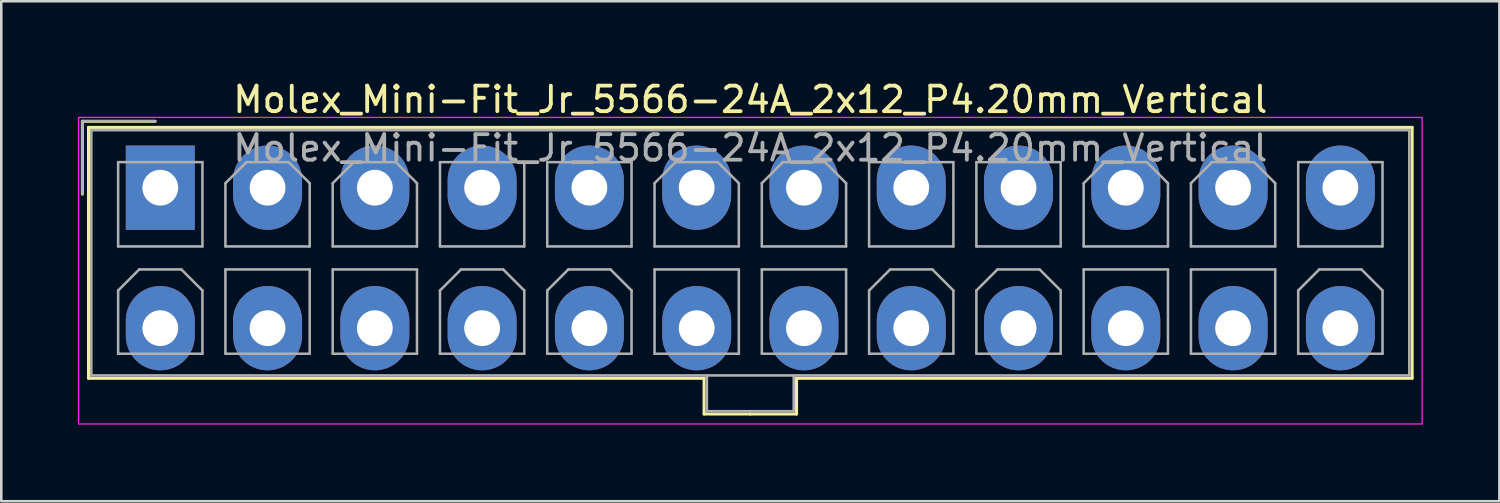
<source format=kicad_pcb>
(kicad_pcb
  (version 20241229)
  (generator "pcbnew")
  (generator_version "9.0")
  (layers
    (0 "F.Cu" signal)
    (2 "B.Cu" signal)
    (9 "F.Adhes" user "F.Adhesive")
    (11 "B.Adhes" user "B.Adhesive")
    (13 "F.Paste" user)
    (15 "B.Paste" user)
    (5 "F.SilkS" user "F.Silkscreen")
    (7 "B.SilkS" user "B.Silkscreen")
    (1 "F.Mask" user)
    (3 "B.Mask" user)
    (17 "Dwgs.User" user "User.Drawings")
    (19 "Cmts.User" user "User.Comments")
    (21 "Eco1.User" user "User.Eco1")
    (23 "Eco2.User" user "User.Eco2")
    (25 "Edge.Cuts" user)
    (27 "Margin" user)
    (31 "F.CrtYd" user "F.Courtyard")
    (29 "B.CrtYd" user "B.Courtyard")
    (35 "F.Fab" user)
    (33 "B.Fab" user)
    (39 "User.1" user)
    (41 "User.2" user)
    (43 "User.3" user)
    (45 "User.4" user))
  (footprint "Molex_Mini-Fit_Jr_5566-24A_2x12_P4.20mm_Vertical"
    (layer "F.Cu")
    (at 3.225 4.298)
    (property "Reference" "Molex_Mini-Fit_Jr_5566-24A_2x12_P4.20mm_Vertical" (at 23.1 -3.45 0) (layer "F.SilkS") (effects (font (size 1 1) (thickness 0.15))))
    (attr through_hole)
    (fp_line (start -3.05 -2.6) (end -3.05 0.25) (stroke (width 0.12) (type solid)) (layer "F.SilkS"))
    (fp_line (start -2.81 -2.36) (end -2.81 7.46) (stroke (width 0.12) (type solid)) (layer "F.SilkS"))
    (fp_line (start -2.81 7.46) (end 21.29 7.46) (stroke (width 0.12) (type solid)) (layer "F.SilkS"))
    (fp_line (start -0.2 -2.6) (end -3.05 -2.6) (stroke (width 0.12) (type solid)) (layer "F.SilkS"))
    (fp_line (start 21.29 7.46) (end 21.29 8.86) (stroke (width 0.12) (type solid)) (layer "F.SilkS"))
    (fp_line (start 21.29 8.86) (end 23.1 8.86) (stroke (width 0.12) (type solid)) (layer "F.SilkS"))
    (fp_line (start 23.1 -2.36) (end -2.81 -2.36) (stroke (width 0.12) (type solid)) (layer "F.SilkS"))
    (fp_line (start 23.1 -2.36) (end 49.01 -2.36) (stroke (width 0.12) (type solid)) (layer "F.SilkS"))
    (fp_line (start 24.91 7.46) (end 24.91 8.86) (stroke (width 0.12) (type solid)) (layer "F.SilkS"))
    (fp_line (start 24.91 8.86) (end 23.1 8.86) (stroke (width 0.12) (type solid)) (layer "F.SilkS"))
    (fp_line (start 49.01 -2.36) (end 49.01 7.46) (stroke (width 0.12) (type solid)) (layer "F.SilkS"))
    (fp_line (start 49.01 7.46) (end 24.91 7.46) (stroke (width 0.12) (type solid)) (layer "F.SilkS"))
    (fp_line (start -3.2 -2.75) (end -3.2 9.25) (stroke (width 0.05) (type solid)) (layer "F.CrtYd"))
    (fp_line (start -3.2 9.25) (end 49.4 9.25) (stroke (width 0.05) (type solid)) (layer "F.CrtYd"))
    (fp_line (start 49.4 -2.75) (end -3.2 -2.75) (stroke (width 0.05) (type solid)) (layer "F.CrtYd"))
    (fp_line (start 49.4 9.25) (end 49.4 -2.75) (stroke (width 0.05) (type solid)) (layer "F.CrtYd"))
    (fp_line (start -3.05 -2.6) (end -3.05 0.25) (stroke (width 0.1) (type solid)) (layer "F.Fab"))
    (fp_line (start -2.7 -2.25) (end -2.7 7.35) (stroke (width 0.1) (type solid)) (layer "F.Fab"))
    (fp_line (start -2.7 7.35) (end 48.9 7.35) (stroke (width 0.1) (type solid)) (layer "F.Fab"))
    (fp_line (start -1.65 -1) (end -1.65 2.3) (stroke (width 0.1) (type solid)) (layer "F.Fab"))
    (fp_line (start -1.65 2.3) (end 1.65 2.3) (stroke (width 0.1) (type solid)) (layer "F.Fab"))
    (fp_line (start -1.65 4.025) (end -0.825 3.2) (stroke (width 0.1) (type solid)) (layer "F.Fab"))
    (fp_line (start -1.65 6.5) (end -1.65 4.025) (stroke (width 0.1) (type solid)) (layer "F.Fab"))
    (fp_line (start -0.825 3.2) (end 0.825 3.2) (stroke (width 0.1) (type solid)) (layer "F.Fab"))
    (fp_line (start -0.2 -2.6) (end -3.05 -2.6) (stroke (width 0.1) (type solid)) (layer "F.Fab"))
    (fp_line (start 0.825 3.2) (end 1.65 4.025) (stroke (width 0.1) (type solid)) (layer "F.Fab"))
    (fp_line (start 1.65 -1) (end -1.65 -1) (stroke (width 0.1) (type solid)) (layer "F.Fab"))
    (fp_line (start 1.65 2.3) (end 1.65 -1) (stroke (width 0.1) (type solid)) (layer "F.Fab"))
    (fp_line (start 1.65 4.025) (end 1.65 6.5) (stroke (width 0.1) (type solid)) (layer "F.Fab"))
    (fp_line (start 1.65 6.5) (end -1.65 6.5) (stroke (width 0.1) (type solid)) (layer "F.Fab"))
    (fp_line (start 2.55 -0.175) (end 3.375 -1) (stroke (width 0.1) (type solid)) (layer "F.Fab"))
    (fp_line (start 2.55 2.3) (end 2.55 -0.175) (stroke (width 0.1) (type solid)) (layer "F.Fab"))
    (fp_line (start 2.55 3.2) (end 2.55 6.5) (stroke (width 0.1) (type solid)) (layer "F.Fab"))
    (fp_line (start 2.55 6.5) (end 5.85 6.5) (stroke (width 0.1) (type solid)) (layer "F.Fab"))
    (fp_line (start 3.375 -1) (end 5.025 -1) (stroke (width 0.1) (type solid)) (layer "F.Fab"))
    (fp_line (start 5.025 -1) (end 5.85 -0.175) (stroke (width 0.1) (type solid)) (layer "F.Fab"))
    (fp_line (start 5.85 -0.175) (end 5.85 2.3) (stroke (width 0.1) (type solid)) (layer "F.Fab"))
    (fp_line (start 5.85 2.3) (end 2.55 2.3) (stroke (width 0.1) (type solid)) (layer "F.Fab"))
    (fp_line (start 5.85 3.2) (end 2.55 3.2) (stroke (width 0.1) (type solid)) (layer "F.Fab"))
    (fp_line (start 5.85 6.5) (end 5.85 3.2) (stroke (width 0.1) (type solid)) (layer "F.Fab"))
    (fp_line (start 6.75 -0.175) (end 7.575 -1) (stroke (width 0.1) (type solid)) (layer "F.Fab"))
    (fp_line (start 6.75 2.3) (end 6.75 -0.175) (stroke (width 0.1) (type solid)) (layer "F.Fab"))
    (fp_line (start 6.75 3.2) (end 6.75 6.5) (stroke (width 0.1) (type solid)) (layer "F.Fab"))
    (fp_line (start 6.75 6.5) (end 10.05 6.5) (stroke (width 0.1) (type solid)) (layer "F.Fab"))
    (fp_line (start 7.575 -1) (end 9.225 -1) (stroke (width 0.1) (type solid)) (layer "F.Fab"))
    (fp_line (start 9.225 -1) (end 10.05 -0.175) (stroke (width 0.1) (type solid)) (layer "F.Fab"))
    (fp_line (start 10.05 -0.175) (end 10.05 2.3) (stroke (width 0.1) (type solid)) (layer "F.Fab"))
    (fp_line (start 10.05 2.3) (end 6.75 2.3) (stroke (width 0.1) (type solid)) (layer "F.Fab"))
    (fp_line (start 10.05 3.2) (end 6.75 3.2) (stroke (width 0.1) (type solid)) (layer "F.Fab"))
    (fp_line (start 10.05 6.5) (end 10.05 3.2) (stroke (width 0.1) (type solid)) (layer "F.Fab"))
    (fp_line (start 10.95 -1) (end 10.95 2.3) (stroke (width 0.1) (type solid)) (layer "F.Fab"))
    (fp_line (start 10.95 2.3) (end 14.25 2.3) (stroke (width 0.1) (type solid)) (layer "F.Fab"))
    (fp_line (start 10.95 4.025) (end 11.775 3.2) (stroke (width 0.1) (type solid)) (layer "F.Fab"))
    (fp_line (start 10.95 6.5) (end 10.95 4.025) (stroke (width 0.1) (type solid)) (layer "F.Fab"))
    (fp_line (start 11.775 3.2) (end 13.425 3.2) (stroke (width 0.1) (type solid)) (layer "F.Fab"))
    (fp_line (start 13.425 3.2) (end 14.25 4.025) (stroke (width 0.1) (type solid)) (layer "F.Fab"))
    (fp_line (start 14.25 -1) (end 10.95 -1) (stroke (width 0.1) (type solid)) (layer "F.Fab"))
    (fp_line (start 14.25 2.3) (end 14.25 -1) (stroke (width 0.1) (type solid)) (layer "F.Fab"))
    (fp_line (start 14.25 4.025) (end 14.25 6.5) (stroke (width 0.1) (type solid)) (layer "F.Fab"))
    (fp_line (start 14.25 6.5) (end 10.95 6.5) (stroke (width 0.1) (type solid)) (layer "F.Fab"))
    (fp_line (start 15.15 -1) (end 15.15 2.3) (stroke (width 0.1) (type solid)) (layer "F.Fab"))
    (fp_line (start 15.15 2.3) (end 18.45 2.3) (stroke (width 0.1) (type solid)) (layer "F.Fab"))
    (fp_line (start 15.15 4.025) (end 15.975 3.2) (stroke (width 0.1) (type solid)) (layer "F.Fab"))
    (fp_line (start 15.15 6.5) (end 15.15 4.025) (stroke (width 0.1) (type solid)) (layer "F.Fab"))
    (fp_line (start 15.975 3.2) (end 17.625 3.2) (stroke (width 0.1) (type solid)) (layer "F.Fab"))
    (fp_line (start 17.625 3.2) (end 18.45 4.025) (stroke (width 0.1) (type solid)) (layer "F.Fab"))
    (fp_line (start 18.45 -1) (end 15.15 -1) (stroke (width 0.1) (type solid)) (layer "F.Fab"))
    (fp_line (start 18.45 2.3) (end 18.45 -1) (stroke (width 0.1) (type solid)) (layer "F.Fab"))
    (fp_line (start 18.45 4.025) (end 18.45 6.5) (stroke (width 0.1) (type solid)) (layer "F.Fab"))
    (fp_line (start 18.45 6.5) (end 15.15 6.5) (stroke (width 0.1) (type solid)) (layer "F.Fab"))
    (fp_line (start 19.35 -0.175) (end 20.175 -1) (stroke (width 0.1) (type solid)) (layer "F.Fab"))
    (fp_line (start 19.35 2.3) (end 19.35 -0.175) (stroke (width 0.1) (type solid)) (layer "F.Fab"))
    (fp_line (start 19.35 3.2) (end 19.35 6.5) (stroke (width 0.1) (type solid)) (layer "F.Fab"))
    (fp_line (start 19.35 6.5) (end 22.65 6.5) (stroke (width 0.1) (type solid)) (layer "F.Fab"))
    (fp_line (start 20.175 -1) (end 21.825 -1) (stroke (width 0.1) (type solid)) (layer "F.Fab"))
    (fp_line (start 21.4 7.35) (end 21.4 8.75) (stroke (width 0.1) (type solid)) (layer "F.Fab"))
    (fp_line (start 21.4 8.75) (end 24.8 8.75) (stroke (width 0.1) (type solid)) (layer "F.Fab"))
    (fp_line (start 21.825 -1) (end 22.65 -0.175) (stroke (width 0.1) (type solid)) (layer "F.Fab"))
    (fp_line (start 22.65 -0.175) (end 22.65 2.3) (stroke (width 0.1) (type solid)) (layer "F.Fab"))
    (fp_line (start 22.65 2.3) (end 19.35 2.3) (stroke (width 0.1) (type solid)) (layer "F.Fab"))
    (fp_line (start 22.65 3.2) (end 19.35 3.2) (stroke (width 0.1) (type solid)) (layer "F.Fab"))
    (fp_line (start 22.65 6.5) (end 22.65 3.2) (stroke (width 0.1) (type solid)) (layer "F.Fab"))
    (fp_line (start 23.55 -0.175) (end 24.375 -1) (stroke (width 0.1) (type solid)) (layer "F.Fab"))
    (fp_line (start 23.55 2.3) (end 23.55 -0.175) (stroke (width 0.1) (type solid)) (layer "F.Fab"))
    (fp_line (start 23.55 3.2) (end 23.55 6.5) (stroke (width 0.1) (type solid)) (layer "F.Fab"))
    (fp_line (start 23.55 6.5) (end 26.85 6.5) (stroke (width 0.1) (type solid)) (layer "F.Fab"))
    (fp_line (start 24.375 -1) (end 26.025 -1) (stroke (width 0.1) (type solid)) (layer "F.Fab"))
    (fp_line (start 24.8 8.75) (end 24.8 7.35) (stroke (width 0.1) (type solid)) (layer "F.Fab"))
    (fp_line (start 26.025 -1) (end 26.85 -0.175) (stroke (width 0.1) (type solid)) (layer "F.Fab"))
    (fp_line (start 26.85 -0.175) (end 26.85 2.3) (stroke (width 0.1) (type solid)) (layer "F.Fab"))
    (fp_line (start 26.85 2.3) (end 23.55 2.3) (stroke (width 0.1) (type solid)) (layer "F.Fab"))
    (fp_line (start 26.85 3.2) (end 23.55 3.2) (stroke (width 0.1) (type solid)) (layer "F.Fab"))
    (fp_line (start 26.85 6.5) (end 26.85 3.2) (stroke (width 0.1) (type solid)) (layer "F.Fab"))
    (fp_line (start 27.75 -1) (end 27.75 2.3) (stroke (width 0.1) (type solid)) (layer "F.Fab"))
    (fp_line (start 27.75 2.3) (end 31.05 2.3) (stroke (width 0.1) (type solid)) (layer "F.Fab"))
    (fp_line (start 27.75 4.025) (end 28.575 3.2) (stroke (width 0.1) (type solid)) (layer "F.Fab"))
    (fp_line (start 27.75 6.5) (end 27.75 4.025) (stroke (width 0.1) (type solid)) (layer "F.Fab"))
    (fp_line (start 28.575 3.2) (end 30.225 3.2) (stroke (width 0.1) (type solid)) (layer "F.Fab"))
    (fp_line (start 30.225 3.2) (end 31.05 4.025) (stroke (width 0.1) (type solid)) (layer "F.Fab"))
    (fp_line (start 31.05 -1) (end 27.75 -1) (stroke (width 0.1) (type solid)) (layer "F.Fab"))
    (fp_line (start 31.05 2.3) (end 31.05 -1) (stroke (width 0.1) (type solid)) (layer "F.Fab"))
    (fp_line (start 31.05 4.025) (end 31.05 6.5) (stroke (width 0.1) (type solid)) (layer "F.Fab"))
    (fp_line (start 31.05 6.5) (end 27.75 6.5) (stroke (width 0.1) (type solid)) (layer "F.Fab"))
    (fp_line (start 31.95 -1) (end 31.95 2.3) (stroke (width 0.1) (type solid)) (layer "F.Fab"))
    (fp_line (start 31.95 2.3) (end 35.25 2.3) (stroke (width 0.1) (type solid)) (layer "F.Fab"))
    (fp_line (start 31.95 4.025) (end 32.775 3.2) (stroke (width 0.1) (type solid)) (layer "F.Fab"))
    (fp_line (start 31.95 6.5) (end 31.95 4.025) (stroke (width 0.1) (type solid)) (layer "F.Fab"))
    (fp_line (start 32.775 3.2) (end 34.425 3.2) (stroke (width 0.1) (type solid)) (layer "F.Fab"))
    (fp_line (start 34.425 3.2) (end 35.25 4.025) (stroke (width 0.1) (type solid)) (layer "F.Fab"))
    (fp_line (start 35.25 -1) (end 31.95 -1) (stroke (width 0.1) (type solid)) (layer "F.Fab"))
    (fp_line (start 35.25 2.3) (end 35.25 -1) (stroke (width 0.1) (type solid)) (layer "F.Fab"))
    (fp_line (start 35.25 4.025) (end 35.25 6.5) (stroke (width 0.1) (type solid)) (layer "F.Fab"))
    (fp_line (start 35.25 6.5) (end 31.95 6.5) (stroke (width 0.1) (type solid)) (layer "F.Fab"))
    (fp_line (start 36.15 -0.175) (end 36.975 -1) (stroke (width 0.1) (type solid)) (layer "F.Fab"))
    (fp_line (start 36.15 2.3) (end 36.15 -0.175) (stroke (width 0.1) (type solid)) (layer "F.Fab"))
    (fp_line (start 36.15 3.2) (end 36.15 6.5) (stroke (width 0.1) (type solid)) (layer "F.Fab"))
    (fp_line (start 36.15 6.5) (end 39.45 6.5) (stroke (width 0.1) (type solid)) (layer "F.Fab"))
    (fp_line (start 36.975 -1) (end 38.625 -1) (stroke (width 0.1) (type solid)) (layer "F.Fab"))
    (fp_line (start 38.625 -1) (end 39.45 -0.175) (stroke (width 0.1) (type solid)) (layer "F.Fab"))
    (fp_line (start 39.45 -0.175) (end 39.45 2.3) (stroke (width 0.1) (type solid)) (layer "F.Fab"))
    (fp_line (start 39.45 2.3) (end 36.15 2.3) (stroke (width 0.1) (type solid)) (layer "F.Fab"))
    (fp_line (start 39.45 3.2) (end 36.15 3.2) (stroke (width 0.1) (type solid)) (layer "F.Fab"))
    (fp_line (start 39.45 6.5) (end 39.45 3.2) (stroke (width 0.1) (type solid)) (layer "F.Fab"))
    (fp_line (start 40.35 -0.175) (end 41.175 -1) (stroke (width 0.1) (type solid)) (layer "F.Fab"))
    (fp_line (start 40.35 2.3) (end 40.35 -0.175) (stroke (width 0.1) (type solid)) (layer "F.Fab"))
    (fp_line (start 40.35 3.2) (end 40.35 6.5) (stroke (width 0.1) (type solid)) (layer "F.Fab"))
    (fp_line (start 40.35 6.5) (end 43.65 6.5) (stroke (width 0.1) (type solid)) (layer "F.Fab"))
    (fp_line (start 41.175 -1) (end 42.825 -1) (stroke (width 0.1) (type solid)) (layer "F.Fab"))
    (fp_line (start 42.825 -1) (end 43.65 -0.175) (stroke (width 0.1) (type solid)) (layer "F.Fab"))
    (fp_line (start 43.65 -0.175) (end 43.65 2.3) (stroke (width 0.1) (type solid)) (layer "F.Fab"))
    (fp_line (start 43.65 2.3) (end 40.35 2.3) (stroke (width 0.1) (type solid)) (layer "F.Fab"))
    (fp_line (start 43.65 3.2) (end 40.35 3.2) (stroke (width 0.1) (type solid)) (layer "F.Fab"))
    (fp_line (start 43.65 6.5) (end 43.65 3.2) (stroke (width 0.1) (type solid)) (layer "F.Fab"))
    (fp_line (start 44.55 -1) (end 44.55 2.3) (stroke (width 0.1) (type solid)) (layer "F.Fab"))
    (fp_line (start 44.55 2.3) (end 47.85 2.3) (stroke (width 0.1) (type solid)) (layer "F.Fab"))
    (fp_line (start 44.55 4.025) (end 45.375 3.2) (stroke (width 0.1) (type solid)) (layer "F.Fab"))
    (fp_line (start 44.55 6.5) (end 44.55 4.025) (stroke (width 0.1) (type solid)) (layer "F.Fab"))
    (fp_line (start 45.375 3.2) (end 47.025 3.2) (stroke (width 0.1) (type solid)) (layer "F.Fab"))
    (fp_line (start 47.025 3.2) (end 47.85 4.025) (stroke (width 0.1) (type solid)) (layer "F.Fab"))
    (fp_line (start 47.85 -1) (end 44.55 -1) (stroke (width 0.1) (type solid)) (layer "F.Fab"))
    (fp_line (start 47.85 2.3) (end 47.85 -1) (stroke (width 0.1) (type solid)) (layer "F.Fab"))
    (fp_line (start 47.85 4.025) (end 47.85 6.5) (stroke (width 0.1) (type solid)) (layer "F.Fab"))
    (fp_line (start 47.85 6.5) (end 44.55 6.5) (stroke (width 0.1) (type solid)) (layer "F.Fab"))
    (fp_line (start 48.9 -2.25) (end -2.7 -2.25) (stroke (width 0.1) (type solid)) (layer "F.Fab"))
    (fp_line (start 48.9 7.35) (end 48.9 -2.25) (stroke (width 0.1) (type solid)) (layer "F.Fab"))
    (fp_text user "${REFERENCE}" (at 23.1 -1.55 0) (layer "F.Fab") (effects (font (size 1 1) (thickness 0.15))))
    (pad "1" thru_hole rect (at 0 0) (size 2.7 3.3) (drill 1.4) (layers "*.Cu" "*.Mask"))
    (pad "2" thru_hole oval (at 4.2 0) (size 2.7 3.3) (drill 1.4) (layers "*.Cu" "*.Mask"))
    (pad "3" thru_hole oval (at 8.4 0) (size 2.7 3.3) (drill 1.4) (layers "*.Cu" "*.Mask"))
    (pad "4" thru_hole oval (at 12.6 0) (size 2.7 3.3) (drill 1.4) (layers "*.Cu" "*.Mask"))
    (pad "5" thru_hole oval (at 16.8 0) (size 2.7 3.3) (drill 1.4) (layers "*.Cu" "*.Mask"))
    (pad "6" thru_hole oval (at 21 0) (size 2.7 3.3) (drill 1.4) (layers "*.Cu" "*.Mask"))
    (pad "7" thru_hole oval (at 25.2 0) (size 2.7 3.3) (drill 1.4) (layers "*.Cu" "*.Mask"))
    (pad "8" thru_hole oval (at 29.4 0) (size 2.7 3.3) (drill 1.4) (layers "*.Cu" "*.Mask"))
    (pad "9" thru_hole oval (at 33.6 0) (size 2.7 3.3) (drill 1.4) (layers "*.Cu" "*.Mask"))
    (pad "10" thru_hole oval (at 37.8 0) (size 2.7 3.3) (drill 1.4) (layers "*.Cu" "*.Mask"))
    (pad "11" thru_hole oval (at 42 0) (size 2.7 3.3) (drill 1.4) (layers "*.Cu" "*.Mask"))
    (pad "12" thru_hole oval (at 46.2 0) (size 2.7 3.3) (drill 1.4) (layers "*.Cu" "*.Mask"))
    (pad "13" thru_hole oval (at 0 5.5) (size 2.7 3.3) (drill 1.4) (layers "*.Cu" "*.Mask"))
    (pad "14" thru_hole oval (at 4.2 5.5) (size 2.7 3.3) (drill 1.4) (layers "*.Cu" "*.Mask"))
    (pad "15" thru_hole oval (at 8.4 5.5) (size 2.7 3.3) (drill 1.4) (layers "*.Cu" "*.Mask"))
    (pad "16" thru_hole oval (at 12.6 5.5) (size 2.7 3.3) (drill 1.4) (layers "*.Cu" "*.Mask"))
    (pad "17" thru_hole oval (at 16.8 5.5) (size 2.7 3.3) (drill 1.4) (layers "*.Cu" "*.Mask"))
    (pad "18" thru_hole oval (at 21 5.5) (size 2.7 3.3) (drill 1.4) (layers "*.Cu" "*.Mask"))
    (pad "19" thru_hole oval (at 25.2 5.5) (size 2.7 3.3) (drill 1.4) (layers "*.Cu" "*.Mask"))
    (pad "20" thru_hole oval (at 29.4 5.5) (size 2.7 3.3) (drill 1.4) (layers "*.Cu" "*.Mask"))
    (pad "21" thru_hole oval (at 33.6 5.5) (size 2.7 3.3) (drill 1.4) (layers "*.Cu" "*.Mask"))
    (pad "22" thru_hole oval (at 37.8 5.5) (size 2.7 3.3) (drill 1.4) (layers "*.Cu" "*.Mask"))
    (pad "23" thru_hole oval (at 42 5.5) (size 2.7 3.3) (drill 1.4) (layers "*.Cu" "*.Mask"))
    (pad "24" thru_hole oval (at 46.2 5.5) (size 2.7 3.3) (drill 1.4) (layers "*.Cu" "*.Mask")))
  (gr_rect
    (start -3 -3)
    (end 55.65 16.573)
    (stroke (width 0.1) (type default))
    (fill no)
    (layer "Edge.Cuts")))
</source>
